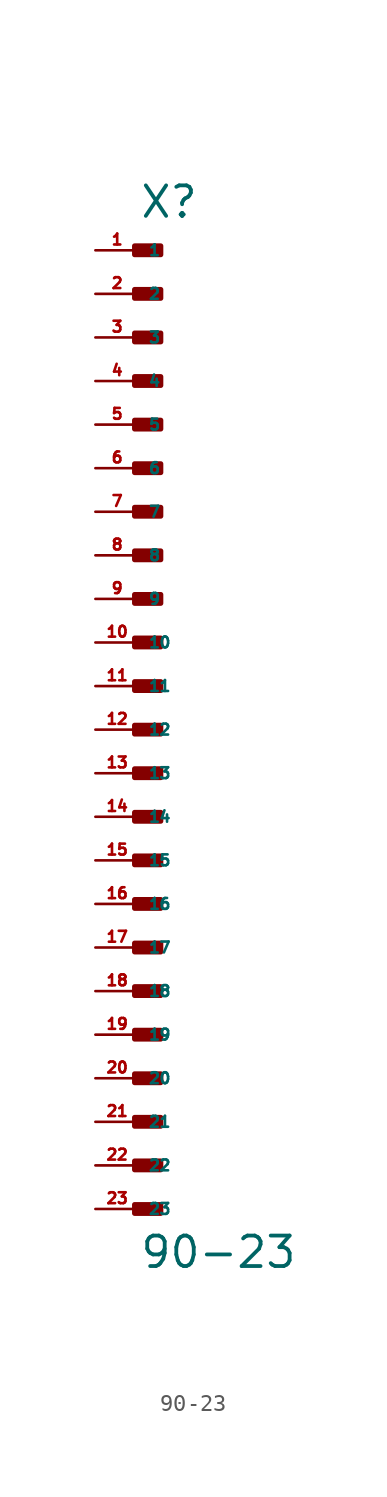
<source format=kicad_sym>
(kicad_symbol_lib
  (version 20220914)
  (generator Eagle2Kicad)
  (symbol "90-23"
    (property "Reference" "X"
      (at 0 27.178 0)
      (effects (font (size 1.778 1.778) (thickness 0.22)) (justify left bottom)))
    (property "Value" "90-23"
      (at 0 -34.036 0)
      (effects (font (size 1.778 1.778) (thickness 0.22)) (justify left bottom)))
    (rectangle
      (start -0.254 25.146)
      (end 1.27 25.654)
      (stroke (width 0.3) (type default))
      (fill (type outline)))
    (rectangle
      (start -0.254 22.606)
      (end 1.27 23.114)
      (stroke (width 0.3) (type default))
      (fill (type outline)))
    (rectangle
      (start -0.254 20.066)
      (end 1.27 20.574)
      (stroke (width 0.3) (type default))
      (fill (type outline)))
    (rectangle
      (start -0.254 17.526)
      (end 1.27 18.034)
      (stroke (width 0.3) (type default))
      (fill (type outline)))
    (rectangle
      (start -0.254 14.986)
      (end 1.27 15.494)
      (stroke (width 0.3) (type default))
      (fill (type outline)))
    (rectangle
      (start -0.254 12.446)
      (end 1.27 12.954)
      (stroke (width 0.3) (type default))
      (fill (type outline)))
    (rectangle
      (start -0.254 9.906)
      (end 1.27 10.414)
      (stroke (width 0.3) (type default))
      (fill (type outline)))
    (rectangle
      (start -0.254 7.366)
      (end 1.27 7.874)
      (stroke (width 0.3) (type default))
      (fill (type outline)))
    (rectangle
      (start -0.254 4.826)
      (end 1.27 5.334)
      (stroke (width 0.3) (type default))
      (fill (type outline)))
    (rectangle
      (start -0.254 2.286)
      (end 1.27 2.794)
      (stroke (width 0.3) (type default))
      (fill (type outline)))
    (rectangle
      (start -0.254 -0.254)
      (end 1.27 0.254)
      (stroke (width 0.3) (type default))
      (fill (type outline)))
    (rectangle
      (start -0.254 -2.794)
      (end 1.27 -2.286)
      (stroke (width 0.3) (type default))
      (fill (type outline)))
    (rectangle
      (start -0.254 -5.334)
      (end 1.27 -4.826)
      (stroke (width 0.3) (type default))
      (fill (type outline)))
    (rectangle
      (start -0.254 -7.874)
      (end 1.27 -7.366)
      (stroke (width 0.3) (type default))
      (fill (type outline)))
    (rectangle
      (start -0.254 -10.414)
      (end 1.27 -9.906)
      (stroke (width 0.3) (type default))
      (fill (type outline)))
    (rectangle
      (start -0.254 -12.954)
      (end 1.27 -12.446)
      (stroke (width 0.3) (type default))
      (fill (type outline)))
    (rectangle
      (start -0.254 -15.494)
      (end 1.27 -14.986)
      (stroke (width 0.3) (type default))
      (fill (type outline)))
    (rectangle
      (start -0.254 -18.034)
      (end 1.27 -17.526)
      (stroke (width 0.3) (type default))
      (fill (type outline)))
    (rectangle
      (start -0.254 -20.574)
      (end 1.27 -20.066)
      (stroke (width 0.3) (type default))
      (fill (type outline)))
    (rectangle
      (start -0.254 -23.114)
      (end 1.27 -22.606)
      (stroke (width 0.3) (type default))
      (fill (type outline)))
    (rectangle
      (start -0.254 -25.654)
      (end 1.27 -25.146)
      (stroke (width 0.3) (type default))
      (fill (type outline)))
    (rectangle
      (start -0.254 -28.194)
      (end 1.27 -27.686)
      (stroke (width 0.3) (type default))
      (fill (type outline)))
    (rectangle
      (start -0.254 -30.734)
      (end 1.27 -30.226)
      (stroke (width 0.3) (type default))
      (fill (type outline)))
    (pin passive line
      (at -2.54 25.4 0)
      (length 2.54)
      (name "1" (effects (font (size 0.635 0.635) (thickness 0.08)) (justify left bottom)))
      (number "1" (effects (font (size 0.635 0.635) (thickness 0.08)) (justify left bottom))))
    (pin passive line
      (at -2.54 22.86 0)
      (length 2.54)
      (name "2" (effects (font (size 0.635 0.635) (thickness 0.08)) (justify left bottom)))
      (number "2" (effects (font (size 0.635 0.635) (thickness 0.08)) (justify left bottom))))
    (pin passive line
      (at -2.54 20.32 0)
      (length 2.54)
      (name "3" (effects (font (size 0.635 0.635) (thickness 0.08)) (justify left bottom)))
      (number "3" (effects (font (size 0.635 0.635) (thickness 0.08)) (justify left bottom))))
    (pin passive line
      (at -2.54 17.78 0)
      (length 2.54)
      (name "4" (effects (font (size 0.635 0.635) (thickness 0.08)) (justify left bottom)))
      (number "4" (effects (font (size 0.635 0.635) (thickness 0.08)) (justify left bottom))))
    (pin passive line
      (at -2.54 15.24 0)
      (length 2.54)
      (name "5" (effects (font (size 0.635 0.635) (thickness 0.08)) (justify left bottom)))
      (number "5" (effects (font (size 0.635 0.635) (thickness 0.08)) (justify left bottom))))
    (pin passive line
      (at -2.54 12.7 0)
      (length 2.54)
      (name "6" (effects (font (size 0.635 0.635) (thickness 0.08)) (justify left bottom)))
      (number "6" (effects (font (size 0.635 0.635) (thickness 0.08)) (justify left bottom))))
    (pin passive line
      (at -2.54 10.16 0)
      (length 2.54)
      (name "7" (effects (font (size 0.635 0.635) (thickness 0.08)) (justify left bottom)))
      (number "7" (effects (font (size 0.635 0.635) (thickness 0.08)) (justify left bottom))))
    (pin passive line
      (at -2.54 7.62 0)
      (length 2.54)
      (name "8" (effects (font (size 0.635 0.635) (thickness 0.08)) (justify left bottom)))
      (number "8" (effects (font (size 0.635 0.635) (thickness 0.08)) (justify left bottom))))
    (pin passive line
      (at -2.54 5.08 0)
      (length 2.54)
      (name "9" (effects (font (size 0.635 0.635) (thickness 0.08)) (justify left bottom)))
      (number "9" (effects (font (size 0.635 0.635) (thickness 0.08)) (justify left bottom))))
    (pin passive line
      (at -2.54 2.54 0)
      (length 2.54)
      (name "10" (effects (font (size 0.635 0.635) (thickness 0.08)) (justify left bottom)))
      (number "10" (effects (font (size 0.635 0.635) (thickness 0.08)) (justify left bottom))))
    (pin passive line
      (at -2.54 0 0)
      (length 2.54)
      (name "11" (effects (font (size 0.635 0.635) (thickness 0.08)) (justify left bottom)))
      (number "11" (effects (font (size 0.635 0.635) (thickness 0.08)) (justify left bottom))))
    (pin passive line
      (at -2.54 -2.54 0)
      (length 2.54)
      (name "12" (effects (font (size 0.635 0.635) (thickness 0.08)) (justify left bottom)))
      (number "12" (effects (font (size 0.635 0.635) (thickness 0.08)) (justify left bottom))))
    (pin passive line
      (at -2.54 -5.08 0)
      (length 2.54)
      (name "13" (effects (font (size 0.635 0.635) (thickness 0.08)) (justify left bottom)))
      (number "13" (effects (font (size 0.635 0.635) (thickness 0.08)) (justify left bottom))))
    (pin passive line
      (at -2.54 -7.62 0)
      (length 2.54)
      (name "14" (effects (font (size 0.635 0.635) (thickness 0.08)) (justify left bottom)))
      (number "14" (effects (font (size 0.635 0.635) (thickness 0.08)) (justify left bottom))))
    (pin passive line
      (at -2.54 -10.16 0)
      (length 2.54)
      (name "15" (effects (font (size 0.635 0.635) (thickness 0.08)) (justify left bottom)))
      (number "15" (effects (font (size 0.635 0.635) (thickness 0.08)) (justify left bottom))))
    (pin passive line
      (at -2.54 -12.7 0)
      (length 2.54)
      (name "16" (effects (font (size 0.635 0.635) (thickness 0.08)) (justify left bottom)))
      (number "16" (effects (font (size 0.635 0.635) (thickness 0.08)) (justify left bottom))))
    (pin passive line
      (at -2.54 -15.24 0)
      (length 2.54)
      (name "17" (effects (font (size 0.635 0.635) (thickness 0.08)) (justify left bottom)))
      (number "17" (effects (font (size 0.635 0.635) (thickness 0.08)) (justify left bottom))))
    (pin passive line
      (at -2.54 -17.78 0)
      (length 2.54)
      (name "18" (effects (font (size 0.635 0.635) (thickness 0.08)) (justify left bottom)))
      (number "18" (effects (font (size 0.635 0.635) (thickness 0.08)) (justify left bottom))))
    (pin passive line
      (at -2.54 -20.32 0)
      (length 2.54)
      (name "19" (effects (font (size 0.635 0.635) (thickness 0.08)) (justify left bottom)))
      (number "19" (effects (font (size 0.635 0.635) (thickness 0.08)) (justify left bottom))))
    (pin passive line
      (at -2.54 -22.86 0)
      (length 2.54)
      (name "20" (effects (font (size 0.635 0.635) (thickness 0.08)) (justify left bottom)))
      (number "20" (effects (font (size 0.635 0.635) (thickness 0.08)) (justify left bottom))))
    (pin passive line
      (at -2.54 -25.4 0)
      (length 2.54)
      (name "21" (effects (font (size 0.635 0.635) (thickness 0.08)) (justify left bottom)))
      (number "21" (effects (font (size 0.635 0.635) (thickness 0.08)) (justify left bottom))))
    (pin passive line
      (at -2.54 -27.94 0)
      (length 2.54)
      (name "22" (effects (font (size 0.635 0.635) (thickness 0.08)) (justify left bottom)))
      (number "22" (effects (font (size 0.635 0.635) (thickness 0.08)) (justify left bottom))))
    (pin passive line
      (at -2.54 -30.48 0)
      (length 2.54)
      (name "23" (effects (font (size 0.635 0.635) (thickness 0.08)) (justify left bottom)))
      (number "23" (effects (font (size 0.635 0.635) (thickness 0.08)) (justify left bottom))))))
</source>
